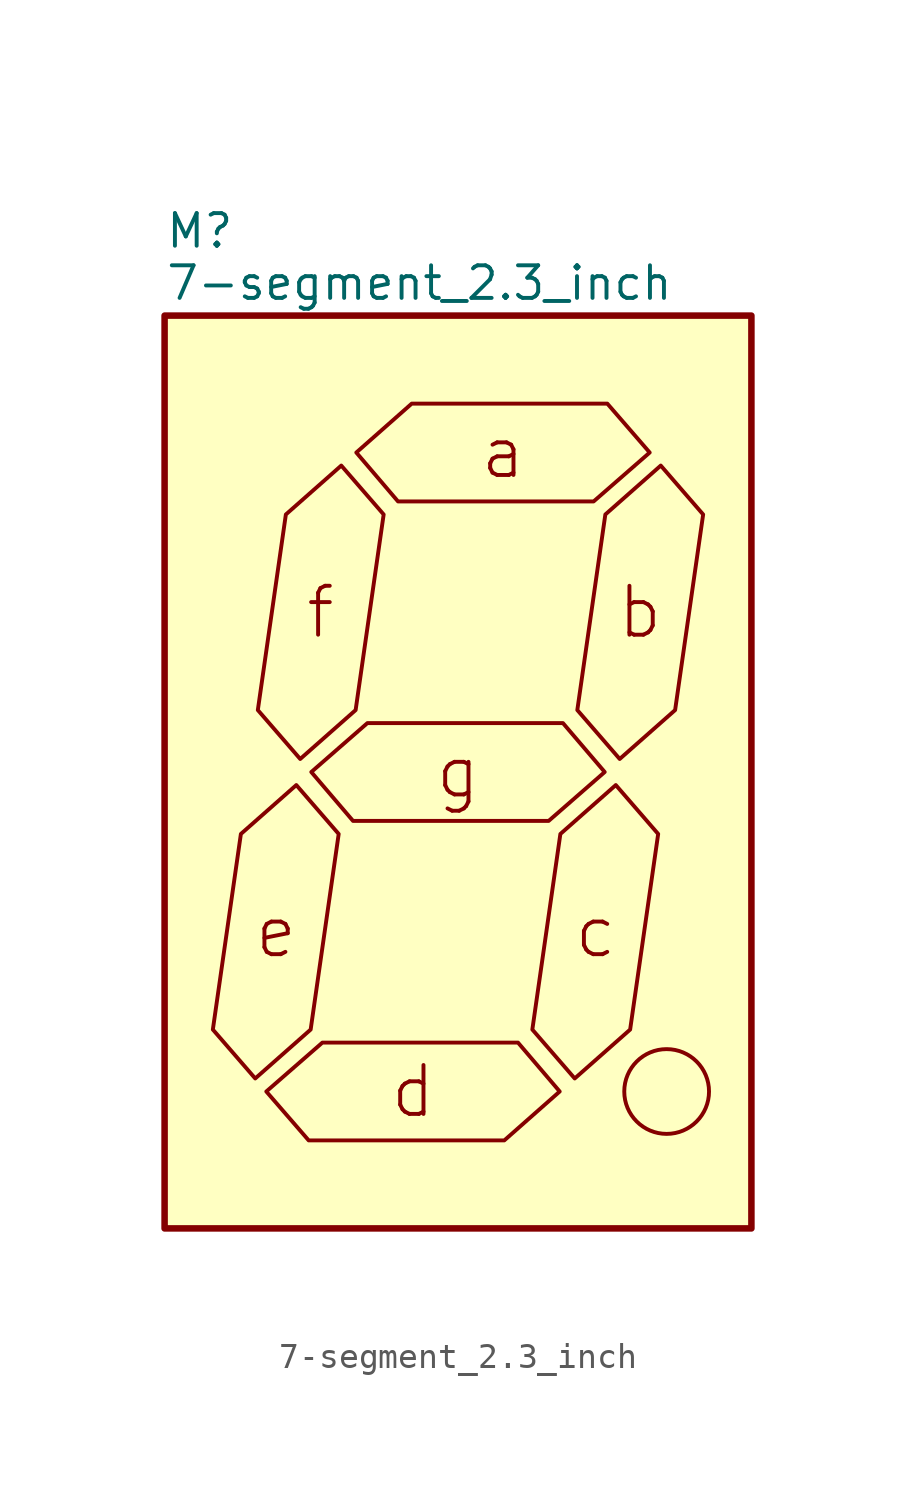
<source format=kicad_sym>
(kicad_symbol_lib
  (version 20241209)
  (generator "kicad_symbol_editor")
  (generator_version "9.0")
  (symbol "7-segment_2.3_inch"
    (property "Reference" "M"
      (at -11.43 21.082 0)
      (effects (font (size 1.27 1.27)) (justify left)))
    (property "Value" "7-segment_2.3_inch"
      (at -11.43 19.05 0)
      (effects (font (size 1.27 1.27)) (justify left)))
    (symbol "7-segment_2.3_inch_0_1"
      (rectangle (start -11.43 17.78) (end 11.43 -17.78) (stroke (width 0.254) (type default)) (fill (type background)))
      (polyline (pts (xy -7.899 -11.938) (xy -5.74 -10.033) (xy -4.648 -2.413) (xy -6.299 -0.508) (xy -8.458 -2.413) (xy -9.55 -10.033) (xy -7.899 -11.938)) (stroke (width 0) (type default)) (fill (type none)))
      (polyline (pts (xy -7.468 -12.446) (xy -5.283 -10.541) (xy 2.337 -10.541) (xy 3.962 -12.446) (xy 1.803 -14.351) (xy -5.817 -14.351) (xy -7.468 -12.446)) (stroke (width 0) (type default)) (fill (type none)))
      (polyline (pts (xy -6.147 0.508) (xy -3.988 2.413) (xy -2.896 10.033) (xy -4.547 11.938) (xy -6.706 10.033) (xy -7.798 2.413) (xy -6.147 0.508)) (stroke (width 0) (type default)) (fill (type none)))
      (polyline (pts (xy -5.715 0) (xy -3.531 1.905) (xy 4.089 1.905) (xy 5.715 0) (xy 3.531 -1.905) (xy -4.089 -1.905) (xy -5.715 0)) (stroke (width 0) (type default)) (fill (type none)))
      (polyline (pts (xy -3.962 12.446) (xy -1.803 14.351) (xy 5.817 14.351) (xy 7.468 12.446) (xy 5.283 10.541) (xy -2.337 10.541) (xy -3.962 12.446)) (stroke (width 0) (type default)) (fill (type none)))
      (polyline (pts (xy 4.547 -11.938) (xy 6.706 -10.033) (xy 7.798 -2.413) (xy 6.147 -0.508) (xy 3.988 -2.413) (xy 2.896 -10.033) (xy 4.547 -11.938)) (stroke (width 0) (type default)) (fill (type none)))
      (polyline (pts (xy 6.299 0.508) (xy 8.458 2.413) (xy 9.55 10.033) (xy 7.899 11.938) (xy 5.74 10.033) (xy 4.648 2.413) (xy 6.299 0.508)) (stroke (width 0) (type default)) (fill (type none)))
      (circle (center 8.128 -12.446) (radius 1.651) (stroke (width 0) (type default)) (fill (type none)))
      (text "e" (at -7.087 -6.223 0) (effects (font (size 1.905 1.905))))
      (text "f" (at -5.359 6.223 0) (effects (font (size 1.905 1.905))))
      (text "d" (at -1.753 -12.446 0) (effects (font (size 1.905 1.905))))
      (text "g" (at 0 0 0) (effects (font (size 1.905 1.905))))
      (text "a" (at 1.753 12.446 0) (effects (font (size 1.905 1.905))))
      (text "c" (at 5.359 -6.223 0) (effects (font (size 1.905 1.905))))
      (text "b" (at 7.087 6.223 0) (effects (font (size 1.905 1.905)))))))
</source>
